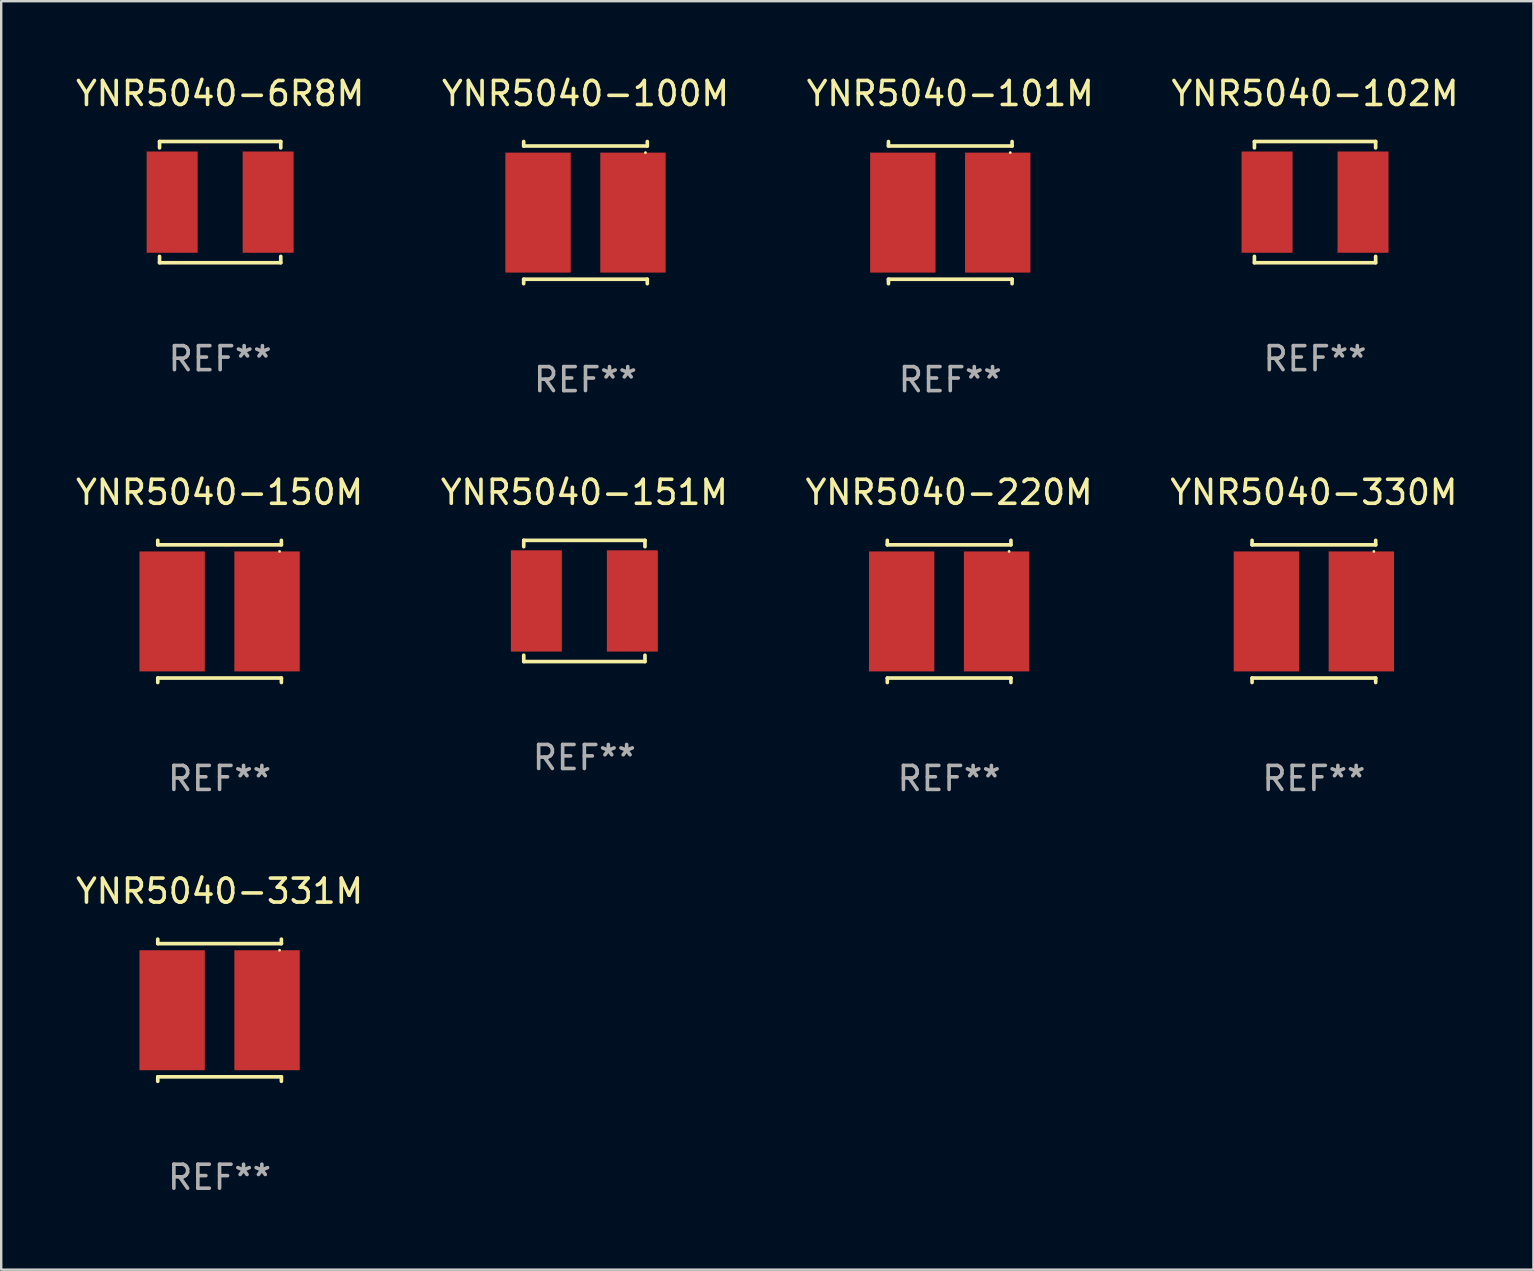
<source format=kicad_pcb>
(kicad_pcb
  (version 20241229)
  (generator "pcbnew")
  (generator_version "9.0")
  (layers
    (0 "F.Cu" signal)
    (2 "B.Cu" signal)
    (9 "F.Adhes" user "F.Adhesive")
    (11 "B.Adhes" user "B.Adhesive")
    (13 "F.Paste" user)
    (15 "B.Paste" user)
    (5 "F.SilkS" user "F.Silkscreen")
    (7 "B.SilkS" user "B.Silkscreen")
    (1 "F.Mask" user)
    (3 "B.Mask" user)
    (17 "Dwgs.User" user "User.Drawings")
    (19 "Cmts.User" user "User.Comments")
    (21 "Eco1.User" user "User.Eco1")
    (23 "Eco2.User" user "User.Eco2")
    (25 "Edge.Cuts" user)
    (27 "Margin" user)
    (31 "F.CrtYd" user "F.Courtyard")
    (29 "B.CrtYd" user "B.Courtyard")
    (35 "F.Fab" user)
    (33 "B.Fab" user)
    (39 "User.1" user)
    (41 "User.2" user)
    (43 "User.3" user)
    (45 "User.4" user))
  (footprint "YNR5040-101M"
    (layer "F.Cu")
    (at 36.554 5.811)
    (property "Reference" "YNR5040-101M" (at 0 -4.962 0) (layer "F.SilkS") (effects (font (size 1 1) (thickness 0.15))))
    (attr through_hole)
    (fp_line (start -2.576 -2.962) (end -2.576 -2.776) (stroke (width 0.152) (type solid)) (layer "F.SilkS"))
    (fp_line (start -2.576 -2.776) (end 2.576 -2.776) (stroke (width 0.152) (type solid)) (layer "F.SilkS"))
    (fp_line (start -2.576 2.776) (end 2.576 2.776) (stroke (width 0.152) (type solid)) (layer "F.SilkS"))
    (fp_line (start -2.576 2.962) (end -2.576 2.776) (stroke (width 0.152) (type solid)) (layer "F.SilkS"))
    (fp_line (start 2.576 -2.776) (end 2.576 -2.962) (stroke (width 0.152) (type solid)) (layer "F.SilkS"))
    (fp_line (start 2.576 2.776) (end 2.576 2.962) (stroke (width 0.152) (type solid)) (layer "F.SilkS"))
    (fp_circle (center 2.5 -2.5) (end 2.53 -2.5) (stroke (width 0.06) (type solid)) (fill no) (layer "F.SilkS"))
    (fp_text user "REF**" (at 0 6.962 0) (layer "F.Fab") (effects (font (size 1 1) (thickness 0.15))))
    (pad "1" smd rect (at 1.978 0) (size 2.724 5) (layers "F.Cu" "F.Mask" "F.Paste"))
    (pad "2" smd rect (at -1.978 0) (size 2.724 5) (layers "F.Cu" "F.Mask" "F.Paste")))
  (footprint "YNR5040-6R8M"
    (layer "F.Cu")
    (at 6.125 5.374)
    (property "Reference" "YNR5040-6R8M" (at 0 -4.526 0) (layer "F.SilkS") (effects (font (size 1 1) (thickness 0.15))))
    (attr through_hole)
    (fp_line (start -2.526 -2.526) (end 2.526 -2.526) (stroke (width 0.152) (type solid)) (layer "F.SilkS"))
    (fp_line (start -2.526 -2.262) (end -2.526 -2.526) (stroke (width 0.152) (type solid)) (layer "F.SilkS"))
    (fp_line (start -2.526 2.262) (end -2.526 2.526) (stroke (width 0.152) (type solid)) (layer "F.SilkS"))
    (fp_line (start -2.526 2.526) (end 2.526 2.526) (stroke (width 0.152) (type solid)) (layer "F.SilkS"))
    (fp_line (start 2.526 -2.526) (end 2.526 -2.262) (stroke (width 0.152) (type solid)) (layer "F.SilkS"))
    (fp_line (start 2.526 2.526) (end 2.526 2.262) (stroke (width 0.152) (type solid)) (layer "F.SilkS"))
    (fp_circle (center 2.5 -2.5) (end 2.53 -2.5) (stroke (width 0.06) (type solid)) (fill no) (layer "F.SilkS"))
    (fp_text user "REF**" (at 0 6.526 0) (layer "F.Fab") (effects (font (size 1 1) (thickness 0.15))))
    (pad "1" smd rect (at 2 0) (size 2.124 4.22) (layers "F.Cu" "F.Mask" "F.Paste"))
    (pad "2" smd rect (at -2 0) (size 2.124 4.22) (layers "F.Cu" "F.Mask" "F.Paste")))
  (footprint "YNR5040-330M"
    (layer "F.Cu")
    (at 51.708 22.432)
    (property "Reference" "YNR5040-330M" (at 0 -4.962 0) (layer "F.SilkS") (effects (font (size 1 1) (thickness 0.15))))
    (attr through_hole)
    (fp_line (start -2.576 -2.962) (end -2.576 -2.776) (stroke (width 0.152) (type solid)) (layer "F.SilkS"))
    (fp_line (start -2.576 -2.776) (end 2.576 -2.776) (stroke (width 0.152) (type solid)) (layer "F.SilkS"))
    (fp_line (start -2.576 2.776) (end 2.576 2.776) (stroke (width 0.152) (type solid)) (layer "F.SilkS"))
    (fp_line (start -2.576 2.962) (end -2.576 2.776) (stroke (width 0.152) (type solid)) (layer "F.SilkS"))
    (fp_line (start 2.576 -2.776) (end 2.576 -2.962) (stroke (width 0.152) (type solid)) (layer "F.SilkS"))
    (fp_line (start 2.576 2.776) (end 2.576 2.962) (stroke (width 0.152) (type solid)) (layer "F.SilkS"))
    (fp_circle (center 2.5 -2.5) (end 2.53 -2.5) (stroke (width 0.06) (type solid)) (fill no) (layer "F.SilkS"))
    (fp_text user "REF**" (at 0 6.962 0) (layer "F.Fab") (effects (font (size 1 1) (thickness 0.15))))
    (pad "1" smd rect (at 1.978 0) (size 2.724 5) (layers "F.Cu" "F.Mask" "F.Paste"))
    (pad "2" smd rect (at -1.978 0) (size 2.724 5) (layers "F.Cu" "F.Mask" "F.Paste")))
  (footprint "YNR5040-151M"
    (layer "F.Cu")
    (at 21.304 21.996)
    (property "Reference" "YNR5040-151M" (at 0 -4.526 0) (layer "F.SilkS") (effects (font (size 1 1) (thickness 0.15))))
    (attr through_hole)
    (fp_line (start -2.526 -2.526) (end 2.526 -2.526) (stroke (width 0.152) (type solid)) (layer "F.SilkS"))
    (fp_line (start -2.526 -2.262) (end -2.526 -2.526) (stroke (width 0.152) (type solid)) (layer "F.SilkS"))
    (fp_line (start -2.526 2.262) (end -2.526 2.526) (stroke (width 0.152) (type solid)) (layer "F.SilkS"))
    (fp_line (start -2.526 2.526) (end 2.526 2.526) (stroke (width 0.152) (type solid)) (layer "F.SilkS"))
    (fp_line (start 2.526 -2.526) (end 2.526 -2.262) (stroke (width 0.152) (type solid)) (layer "F.SilkS"))
    (fp_line (start 2.526 2.526) (end 2.526 2.262) (stroke (width 0.152) (type solid)) (layer "F.SilkS"))
    (fp_circle (center 2.5 -2.5) (end 2.53 -2.5) (stroke (width 0.06) (type solid)) (fill no) (layer "F.SilkS"))
    (fp_text user "REF**" (at 0 6.526 0) (layer "F.Fab") (effects (font (size 1 1) (thickness 0.15))))
    (pad "1" smd rect (at 2 0) (size 2.124 4.22) (layers "F.Cu" "F.Mask" "F.Paste"))
    (pad "2" smd rect (at -2 0) (size 2.124 4.22) (layers "F.Cu" "F.Mask" "F.Paste")))
  (footprint "YNR5040-220M"
    (layer "F.Cu")
    (at 36.506 22.432)
    (property "Reference" "YNR5040-220M" (at 0 -4.962 0) (layer "F.SilkS") (effects (font (size 1 1) (thickness 0.15))))
    (attr through_hole)
    (fp_line (start -2.576 -2.962) (end -2.576 -2.776) (stroke (width 0.152) (type solid)) (layer "F.SilkS"))
    (fp_line (start -2.576 -2.776) (end 2.576 -2.776) (stroke (width 0.152) (type solid)) (layer "F.SilkS"))
    (fp_line (start -2.576 2.776) (end 2.576 2.776) (stroke (width 0.152) (type solid)) (layer "F.SilkS"))
    (fp_line (start -2.576 2.962) (end -2.576 2.776) (stroke (width 0.152) (type solid)) (layer "F.SilkS"))
    (fp_line (start 2.576 -2.776) (end 2.576 -2.962) (stroke (width 0.152) (type solid)) (layer "F.SilkS"))
    (fp_line (start 2.576 2.776) (end 2.576 2.962) (stroke (width 0.152) (type solid)) (layer "F.SilkS"))
    (fp_circle (center 2.5 -2.5) (end 2.53 -2.5) (stroke (width 0.06) (type solid)) (fill no) (layer "F.SilkS"))
    (fp_text user "REF**" (at 0 6.962 0) (layer "F.Fab") (effects (font (size 1 1) (thickness 0.15))))
    (pad "1" smd rect (at 1.978 0) (size 2.724 5) (layers "F.Cu" "F.Mask" "F.Paste"))
    (pad "2" smd rect (at -1.978 0) (size 2.724 5) (layers "F.Cu" "F.Mask" "F.Paste")))
  (footprint "YNR5040-100M"
    (layer "F.Cu")
    (at 21.351 5.811)
    (property "Reference" "YNR5040-100M" (at 0 -4.962 0) (layer "F.SilkS") (effects (font (size 1 1) (thickness 0.15))))
    (attr through_hole)
    (fp_line (start -2.576 -2.962) (end -2.576 -2.776) (stroke (width 0.152) (type solid)) (layer "F.SilkS"))
    (fp_line (start -2.576 -2.776) (end 2.576 -2.776) (stroke (width 0.152) (type solid)) (layer "F.SilkS"))
    (fp_line (start -2.576 2.776) (end 2.576 2.776) (stroke (width 0.152) (type solid)) (layer "F.SilkS"))
    (fp_line (start -2.576 2.962) (end -2.576 2.776) (stroke (width 0.152) (type solid)) (layer "F.SilkS"))
    (fp_line (start 2.576 -2.776) (end 2.576 -2.962) (stroke (width 0.152) (type solid)) (layer "F.SilkS"))
    (fp_line (start 2.576 2.776) (end 2.576 2.962) (stroke (width 0.152) (type solid)) (layer "F.SilkS"))
    (fp_circle (center 2.5 -2.5) (end 2.53 -2.5) (stroke (width 0.06) (type solid)) (fill no) (layer "F.SilkS"))
    (fp_text user "REF**" (at 0 6.962 0) (layer "F.Fab") (effects (font (size 1 1) (thickness 0.15))))
    (pad "1" smd rect (at 1.978 0) (size 2.724 5) (layers "F.Cu" "F.Mask" "F.Paste"))
    (pad "2" smd rect (at -1.978 0) (size 2.724 5) (layers "F.Cu" "F.Mask" "F.Paste")))
  (footprint "YNR5040-331M"
    (layer "F.Cu")
    (at 6.101 39.053)
    (property "Reference" "YNR5040-331M" (at 0 -4.962 0) (layer "F.SilkS") (effects (font (size 1 1) (thickness 0.15))))
    (attr through_hole)
    (fp_line (start -2.576 -2.962) (end -2.576 -2.776) (stroke (width 0.152) (type solid)) (layer "F.SilkS"))
    (fp_line (start -2.576 -2.776) (end 2.576 -2.776) (stroke (width 0.152) (type solid)) (layer "F.SilkS"))
    (fp_line (start -2.576 2.776) (end 2.576 2.776) (stroke (width 0.152) (type solid)) (layer "F.SilkS"))
    (fp_line (start -2.576 2.962) (end -2.576 2.776) (stroke (width 0.152) (type solid)) (layer "F.SilkS"))
    (fp_line (start 2.576 -2.776) (end 2.576 -2.962) (stroke (width 0.152) (type solid)) (layer "F.SilkS"))
    (fp_line (start 2.576 2.776) (end 2.576 2.962) (stroke (width 0.152) (type solid)) (layer "F.SilkS"))
    (fp_circle (center 2.5 -2.5) (end 2.53 -2.5) (stroke (width 0.06) (type solid)) (fill no) (layer "F.SilkS"))
    (fp_text user "REF**" (at 0 6.962 0) (layer "F.Fab") (effects (font (size 1 1) (thickness 0.15))))
    (pad "1" smd rect (at 1.978 0) (size 2.724 5) (layers "F.Cu" "F.Mask" "F.Paste"))
    (pad "2" smd rect (at -1.978 0) (size 2.724 5) (layers "F.Cu" "F.Mask" "F.Paste")))
  (footprint "YNR5040-102M"
    (layer "F.Cu")
    (at 51.756 5.374)
    (property "Reference" "YNR5040-102M" (at 0 -4.526 0) (layer "F.SilkS") (effects (font (size 1 1) (thickness 0.15))))
    (attr through_hole)
    (fp_line (start -2.526 -2.526) (end 2.526 -2.526) (stroke (width 0.152) (type solid)) (layer "F.SilkS"))
    (fp_line (start -2.526 -2.262) (end -2.526 -2.526) (stroke (width 0.152) (type solid)) (layer "F.SilkS"))
    (fp_line (start -2.526 2.262) (end -2.526 2.526) (stroke (width 0.152) (type solid)) (layer "F.SilkS"))
    (fp_line (start -2.526 2.526) (end 2.526 2.526) (stroke (width 0.152) (type solid)) (layer "F.SilkS"))
    (fp_line (start 2.526 -2.526) (end 2.526 -2.262) (stroke (width 0.152) (type solid)) (layer "F.SilkS"))
    (fp_line (start 2.526 2.526) (end 2.526 2.262) (stroke (width 0.152) (type solid)) (layer "F.SilkS"))
    (fp_circle (center 2.5 -2.5) (end 2.53 -2.5) (stroke (width 0.06) (type solid)) (fill no) (layer "F.SilkS"))
    (fp_text user "REF**" (at 0 6.526 0) (layer "F.Fab") (effects (font (size 1 1) (thickness 0.15))))
    (pad "1" smd rect (at 2 0) (size 2.124 4.22) (layers "F.Cu" "F.Mask" "F.Paste"))
    (pad "2" smd rect (at -2 0) (size 2.124 4.22) (layers "F.Cu" "F.Mask" "F.Paste")))
  (footprint "YNR5040-150M"
    (layer "F.Cu")
    (at 6.101 22.432)
    (property "Reference" "YNR5040-150M" (at 0 -4.962 0) (layer "F.SilkS") (effects (font (size 1 1) (thickness 0.15))))
    (attr through_hole)
    (fp_line (start -2.576 -2.962) (end -2.576 -2.776) (stroke (width 0.152) (type solid)) (layer "F.SilkS"))
    (fp_line (start -2.576 -2.776) (end 2.576 -2.776) (stroke (width 0.152) (type solid)) (layer "F.SilkS"))
    (fp_line (start -2.576 2.776) (end 2.576 2.776) (stroke (width 0.152) (type solid)) (layer "F.SilkS"))
    (fp_line (start -2.576 2.962) (end -2.576 2.776) (stroke (width 0.152) (type solid)) (layer "F.SilkS"))
    (fp_line (start 2.576 -2.776) (end 2.576 -2.962) (stroke (width 0.152) (type solid)) (layer "F.SilkS"))
    (fp_line (start 2.576 2.776) (end 2.576 2.962) (stroke (width 0.152) (type solid)) (layer "F.SilkS"))
    (fp_circle (center 2.5 -2.5) (end 2.53 -2.5) (stroke (width 0.06) (type solid)) (fill no) (layer "F.SilkS"))
    (fp_text user "REF**" (at 0 6.962 0) (layer "F.Fab") (effects (font (size 1 1) (thickness 0.15))))
    (pad "1" smd rect (at 1.978 0) (size 2.724 5) (layers "F.Cu" "F.Mask" "F.Paste"))
    (pad "2" smd rect (at -1.978 0) (size 2.724 5) (layers "F.Cu" "F.Mask" "F.Paste")))
  (gr_rect
    (start -3 -3)
    (end 60.857 49.864)
    (stroke (width 0.1) (type default))
    (fill no)
    (layer "Edge.Cuts")))
</source>
